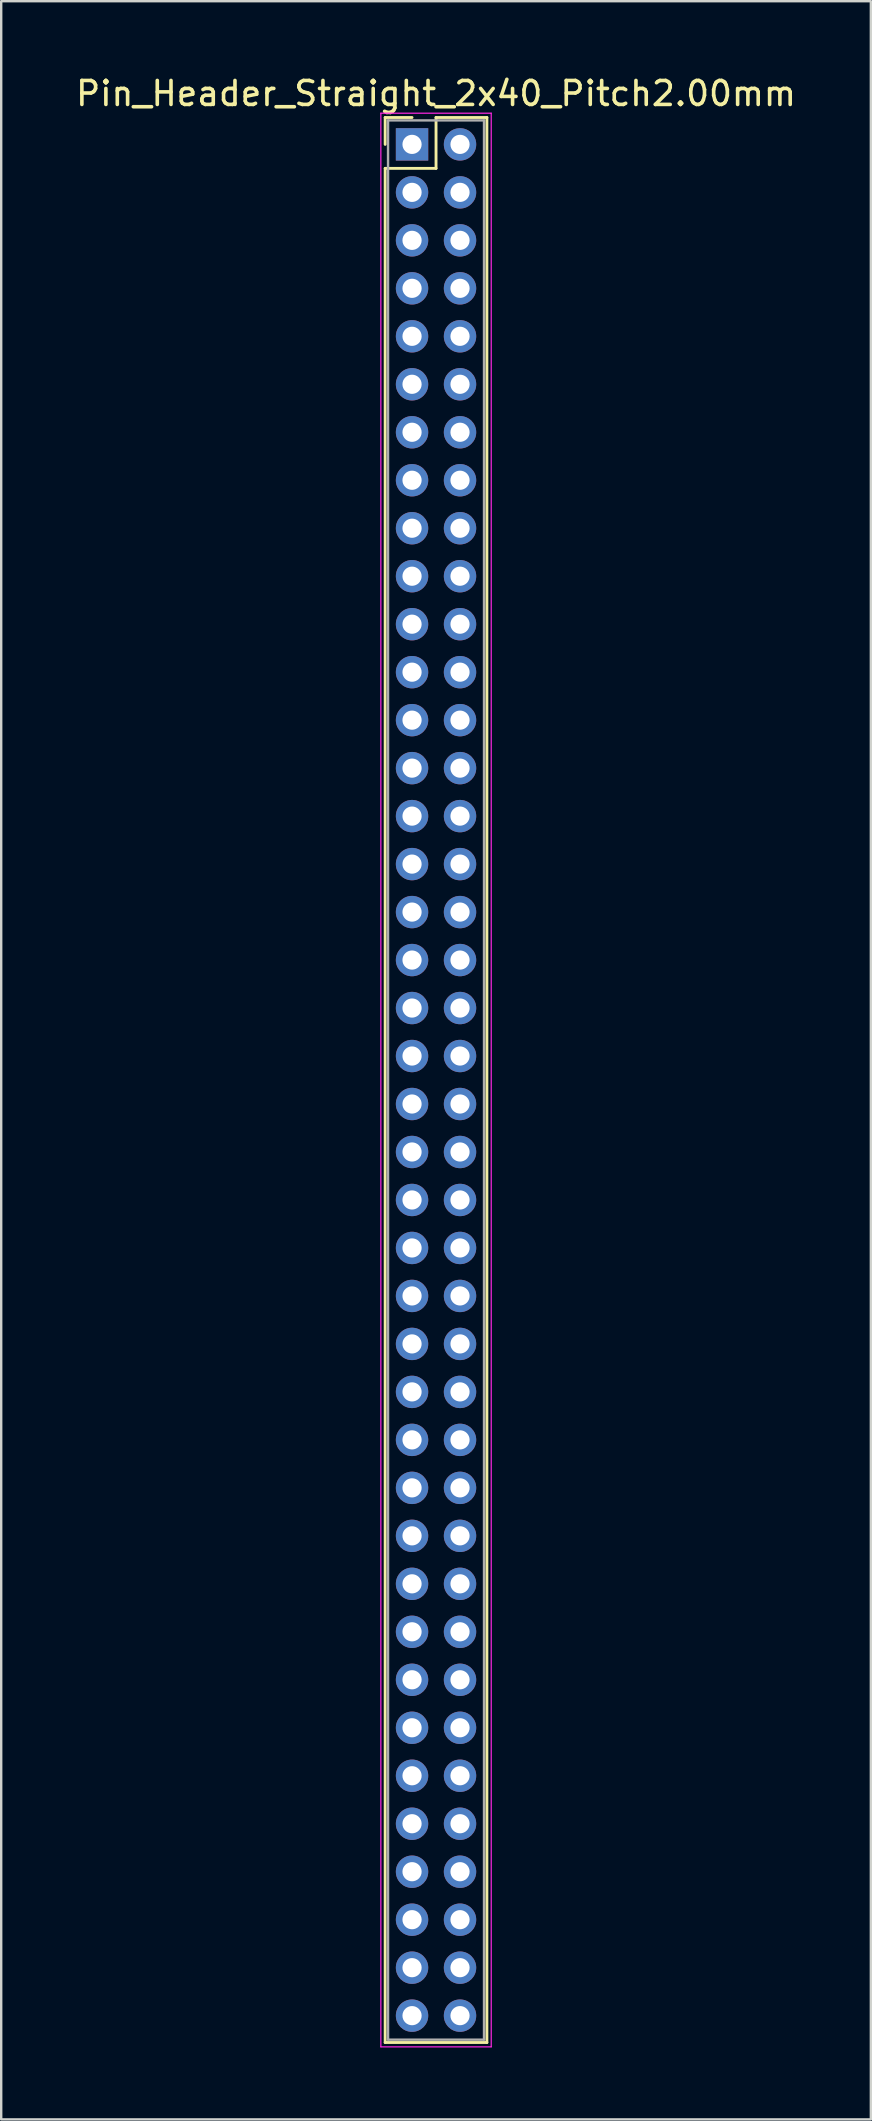
<source format=kicad_pcb>
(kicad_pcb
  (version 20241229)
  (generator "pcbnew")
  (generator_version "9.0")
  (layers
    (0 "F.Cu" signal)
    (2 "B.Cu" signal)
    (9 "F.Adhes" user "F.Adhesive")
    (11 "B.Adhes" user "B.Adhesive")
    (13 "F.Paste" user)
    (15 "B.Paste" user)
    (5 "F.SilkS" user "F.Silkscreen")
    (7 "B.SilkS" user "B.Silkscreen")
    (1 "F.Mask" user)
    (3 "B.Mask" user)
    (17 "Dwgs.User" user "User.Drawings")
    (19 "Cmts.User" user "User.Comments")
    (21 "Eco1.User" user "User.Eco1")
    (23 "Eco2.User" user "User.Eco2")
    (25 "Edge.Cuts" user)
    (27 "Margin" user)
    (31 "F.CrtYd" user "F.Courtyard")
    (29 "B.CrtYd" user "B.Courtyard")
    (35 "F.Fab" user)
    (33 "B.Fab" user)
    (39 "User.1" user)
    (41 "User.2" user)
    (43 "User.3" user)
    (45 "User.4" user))
  (footprint "Pin_Header_Straight_2x40_Pitch2.00mm"
    (layer "F.Cu")
    (at 14.125 2.968)
    (property "Reference" "Pin_Header_Straight_2x40_Pitch2.00mm" (at 1 -2.12 0) (layer "F.SilkS") (effects (font (size 1 1) (thickness 0.15))))
    (attr through_hole)
    (fp_line (start -1.12 -1.12) (end 0 -1.12) (stroke (width 0.12) (type solid)) (layer "F.SilkS"))
    (fp_line (start -1.12 0) (end -1.12 -1.12) (stroke (width 0.12) (type solid)) (layer "F.SilkS"))
    (fp_line (start -1.12 1) (end -1.12 79.12) (stroke (width 0.12) (type solid)) (layer "F.SilkS"))
    (fp_line (start -1.12 79.12) (end 3.12 79.12) (stroke (width 0.12) (type solid)) (layer "F.SilkS"))
    (fp_line (start 1 -1.12) (end 1 1) (stroke (width 0.12) (type solid)) (layer "F.SilkS"))
    (fp_line (start 1 1) (end -1.12 1) (stroke (width 0.12) (type solid)) (layer "F.SilkS"))
    (fp_line (start 3.12 -1.12) (end 1 -1.12) (stroke (width 0.12) (type solid)) (layer "F.SilkS"))
    (fp_line (start 3.12 79.12) (end 3.12 -1.12) (stroke (width 0.12) (type solid)) (layer "F.SilkS"))
    (fp_line (start -1.3 -1.3) (end -1.3 79.3) (stroke (width 0.05) (type solid)) (layer "F.CrtYd"))
    (fp_line (start -1.3 79.3) (end 3.3 79.3) (stroke (width 0.05) (type solid)) (layer "F.CrtYd"))
    (fp_line (start 3.3 -1.3) (end -1.3 -1.3) (stroke (width 0.05) (type solid)) (layer "F.CrtYd"))
    (fp_line (start 3.3 79.3) (end 3.3 -1.3) (stroke (width 0.05) (type solid)) (layer "F.CrtYd"))
    (fp_line (start -1 -1) (end -1 79) (stroke (width 0.1) (type solid)) (layer "F.Fab"))
    (fp_line (start -1 79) (end 3 79) (stroke (width 0.1) (type solid)) (layer "F.Fab"))
    (fp_line (start 3 -1) (end -1 -1) (stroke (width 0.1) (type solid)) (layer "F.Fab"))
    (fp_line (start 3 79) (end 3 -1) (stroke (width 0.1) (type solid)) (layer "F.Fab"))
    (pad "1" thru_hole rect (at 0 0) (size 1.35 1.35) (drill 0.8) (layers "*.Cu" "*.Mask"))
    (pad "2" thru_hole oval (at 2 0) (size 1.35 1.35) (drill 0.8) (layers "*.Cu" "*.Mask"))
    (pad "3" thru_hole oval (at 0 2) (size 1.35 1.35) (drill 0.8) (layers "*.Cu" "*.Mask"))
    (pad "4" thru_hole oval (at 2 2) (size 1.35 1.35) (drill 0.8) (layers "*.Cu" "*.Mask"))
    (pad "5" thru_hole oval (at 0 4) (size 1.35 1.35) (drill 0.8) (layers "*.Cu" "*.Mask"))
    (pad "6" thru_hole oval (at 2 4) (size 1.35 1.35) (drill 0.8) (layers "*.Cu" "*.Mask"))
    (pad "7" thru_hole oval (at 0 6) (size 1.35 1.35) (drill 0.8) (layers "*.Cu" "*.Mask"))
    (pad "8" thru_hole oval (at 2 6) (size 1.35 1.35) (drill 0.8) (layers "*.Cu" "*.Mask"))
    (pad "9" thru_hole oval (at 0 8) (size 1.35 1.35) (drill 0.8) (layers "*.Cu" "*.Mask"))
    (pad "10" thru_hole oval (at 2 8) (size 1.35 1.35) (drill 0.8) (layers "*.Cu" "*.Mask"))
    (pad "11" thru_hole oval (at 0 10) (size 1.35 1.35) (drill 0.8) (layers "*.Cu" "*.Mask"))
    (pad "12" thru_hole oval (at 2 10) (size 1.35 1.35) (drill 0.8) (layers "*.Cu" "*.Mask"))
    (pad "13" thru_hole oval (at 0 12) (size 1.35 1.35) (drill 0.8) (layers "*.Cu" "*.Mask"))
    (pad "14" thru_hole oval (at 2 12) (size 1.35 1.35) (drill 0.8) (layers "*.Cu" "*.Mask"))
    (pad "15" thru_hole oval (at 0 14) (size 1.35 1.35) (drill 0.8) (layers "*.Cu" "*.Mask"))
    (pad "16" thru_hole oval (at 2 14) (size 1.35 1.35) (drill 0.8) (layers "*.Cu" "*.Mask"))
    (pad "17" thru_hole oval (at 0 16) (size 1.35 1.35) (drill 0.8) (layers "*.Cu" "*.Mask"))
    (pad "18" thru_hole oval (at 2 16) (size 1.35 1.35) (drill 0.8) (layers "*.Cu" "*.Mask"))
    (pad "19" thru_hole oval (at 0 18) (size 1.35 1.35) (drill 0.8) (layers "*.Cu" "*.Mask"))
    (pad "20" thru_hole oval (at 2 18) (size 1.35 1.35) (drill 0.8) (layers "*.Cu" "*.Mask"))
    (pad "21" thru_hole oval (at 0 20) (size 1.35 1.35) (drill 0.8) (layers "*.Cu" "*.Mask"))
    (pad "22" thru_hole oval (at 2 20) (size 1.35 1.35) (drill 0.8) (layers "*.Cu" "*.Mask"))
    (pad "23" thru_hole oval (at 0 22) (size 1.35 1.35) (drill 0.8) (layers "*.Cu" "*.Mask"))
    (pad "24" thru_hole oval (at 2 22) (size 1.35 1.35) (drill 0.8) (layers "*.Cu" "*.Mask"))
    (pad "25" thru_hole oval (at 0 24) (size 1.35 1.35) (drill 0.8) (layers "*.Cu" "*.Mask"))
    (pad "26" thru_hole oval (at 2 24) (size 1.35 1.35) (drill 0.8) (layers "*.Cu" "*.Mask"))
    (pad "27" thru_hole oval (at 0 26) (size 1.35 1.35) (drill 0.8) (layers "*.Cu" "*.Mask"))
    (pad "28" thru_hole oval (at 2 26) (size 1.35 1.35) (drill 0.8) (layers "*.Cu" "*.Mask"))
    (pad "29" thru_hole oval (at 0 28) (size 1.35 1.35) (drill 0.8) (layers "*.Cu" "*.Mask"))
    (pad "30" thru_hole oval (at 2 28) (size 1.35 1.35) (drill 0.8) (layers "*.Cu" "*.Mask"))
    (pad "31" thru_hole oval (at 0 30) (size 1.35 1.35) (drill 0.8) (layers "*.Cu" "*.Mask"))
    (pad "32" thru_hole oval (at 2 30) (size 1.35 1.35) (drill 0.8) (layers "*.Cu" "*.Mask"))
    (pad "33" thru_hole oval (at 0 32) (size 1.35 1.35) (drill 0.8) (layers "*.Cu" "*.Mask"))
    (pad "34" thru_hole oval (at 2 32) (size 1.35 1.35) (drill 0.8) (layers "*.Cu" "*.Mask"))
    (pad "35" thru_hole oval (at 0 34) (size 1.35 1.35) (drill 0.8) (layers "*.Cu" "*.Mask"))
    (pad "36" thru_hole oval (at 2 34) (size 1.35 1.35) (drill 0.8) (layers "*.Cu" "*.Mask"))
    (pad "37" thru_hole oval (at 0 36) (size 1.35 1.35) (drill 0.8) (layers "*.Cu" "*.Mask"))
    (pad "38" thru_hole oval (at 2 36) (size 1.35 1.35) (drill 0.8) (layers "*.Cu" "*.Mask"))
    (pad "39" thru_hole oval (at 0 38) (size 1.35 1.35) (drill 0.8) (layers "*.Cu" "*.Mask"))
    (pad "40" thru_hole oval (at 2 38) (size 1.35 1.35) (drill 0.8) (layers "*.Cu" "*.Mask"))
    (pad "41" thru_hole oval (at 0 40) (size 1.35 1.35) (drill 0.8) (layers "*.Cu" "*.Mask"))
    (pad "42" thru_hole oval (at 2 40) (size 1.35 1.35) (drill 0.8) (layers "*.Cu" "*.Mask"))
    (pad "43" thru_hole oval (at 0 42) (size 1.35 1.35) (drill 0.8) (layers "*.Cu" "*.Mask"))
    (pad "44" thru_hole oval (at 2 42) (size 1.35 1.35) (drill 0.8) (layers "*.Cu" "*.Mask"))
    (pad "45" thru_hole oval (at 0 44) (size 1.35 1.35) (drill 0.8) (layers "*.Cu" "*.Mask"))
    (pad "46" thru_hole oval (at 2 44) (size 1.35 1.35) (drill 0.8) (layers "*.Cu" "*.Mask"))
    (pad "47" thru_hole oval (at 0 46) (size 1.35 1.35) (drill 0.8) (layers "*.Cu" "*.Mask"))
    (pad "48" thru_hole oval (at 2 46) (size 1.35 1.35) (drill 0.8) (layers "*.Cu" "*.Mask"))
    (pad "49" thru_hole oval (at 0 48) (size 1.35 1.35) (drill 0.8) (layers "*.Cu" "*.Mask"))
    (pad "50" thru_hole oval (at 2 48) (size 1.35 1.35) (drill 0.8) (layers "*.Cu" "*.Mask"))
    (pad "51" thru_hole oval (at 0 50) (size 1.35 1.35) (drill 0.8) (layers "*.Cu" "*.Mask"))
    (pad "52" thru_hole oval (at 2 50) (size 1.35 1.35) (drill 0.8) (layers "*.Cu" "*.Mask"))
    (pad "53" thru_hole oval (at 0 52) (size 1.35 1.35) (drill 0.8) (layers "*.Cu" "*.Mask"))
    (pad "54" thru_hole oval (at 2 52) (size 1.35 1.35) (drill 0.8) (layers "*.Cu" "*.Mask"))
    (pad "55" thru_hole oval (at 0 54) (size 1.35 1.35) (drill 0.8) (layers "*.Cu" "*.Mask"))
    (pad "56" thru_hole oval (at 2 54) (size 1.35 1.35) (drill 0.8) (layers "*.Cu" "*.Mask"))
    (pad "57" thru_hole oval (at 0 56) (size 1.35 1.35) (drill 0.8) (layers "*.Cu" "*.Mask"))
    (pad "58" thru_hole oval (at 2 56) (size 1.35 1.35) (drill 0.8) (layers "*.Cu" "*.Mask"))
    (pad "59" thru_hole oval (at 0 58) (size 1.35 1.35) (drill 0.8) (layers "*.Cu" "*.Mask"))
    (pad "60" thru_hole oval (at 2 58) (size 1.35 1.35) (drill 0.8) (layers "*.Cu" "*.Mask"))
    (pad "61" thru_hole oval (at 0 60) (size 1.35 1.35) (drill 0.8) (layers "*.Cu" "*.Mask"))
    (pad "62" thru_hole oval (at 2 60) (size 1.35 1.35) (drill 0.8) (layers "*.Cu" "*.Mask"))
    (pad "63" thru_hole oval (at 0 62) (size 1.35 1.35) (drill 0.8) (layers "*.Cu" "*.Mask"))
    (pad "64" thru_hole oval (at 2 62) (size 1.35 1.35) (drill 0.8) (layers "*.Cu" "*.Mask"))
    (pad "65" thru_hole oval (at 0 64) (size 1.35 1.35) (drill 0.8) (layers "*.Cu" "*.Mask"))
    (pad "66" thru_hole oval (at 2 64) (size 1.35 1.35) (drill 0.8) (layers "*.Cu" "*.Mask"))
    (pad "67" thru_hole oval (at 0 66) (size 1.35 1.35) (drill 0.8) (layers "*.Cu" "*.Mask"))
    (pad "68" thru_hole oval (at 2 66) (size 1.35 1.35) (drill 0.8) (layers "*.Cu" "*.Mask"))
    (pad "69" thru_hole oval (at 0 68) (size 1.35 1.35) (drill 0.8) (layers "*.Cu" "*.Mask"))
    (pad "70" thru_hole oval (at 2 68) (size 1.35 1.35) (drill 0.8) (layers "*.Cu" "*.Mask"))
    (pad "71" thru_hole oval (at 0 70) (size 1.35 1.35) (drill 0.8) (layers "*.Cu" "*.Mask"))
    (pad "72" thru_hole oval (at 2 70) (size 1.35 1.35) (drill 0.8) (layers "*.Cu" "*.Mask"))
    (pad "73" thru_hole oval (at 0 72) (size 1.35 1.35) (drill 0.8) (layers "*.Cu" "*.Mask"))
    (pad "74" thru_hole oval (at 2 72) (size 1.35 1.35) (drill 0.8) (layers "*.Cu" "*.Mask"))
    (pad "75" thru_hole oval (at 0 74) (size 1.35 1.35) (drill 0.8) (layers "*.Cu" "*.Mask"))
    (pad "76" thru_hole oval (at 2 74) (size 1.35 1.35) (drill 0.8) (layers "*.Cu" "*.Mask"))
    (pad "77" thru_hole oval (at 0 76) (size 1.35 1.35) (drill 0.8) (layers "*.Cu" "*.Mask"))
    (pad "78" thru_hole oval (at 2 76) (size 1.35 1.35) (drill 0.8) (layers "*.Cu" "*.Mask"))
    (pad "79" thru_hole oval (at 0 78) (size 1.35 1.35) (drill 0.8) (layers "*.Cu" "*.Mask"))
    (pad "80" thru_hole oval (at 2 78) (size 1.35 1.35) (drill 0.8) (layers "*.Cu" "*.Mask")))
  (gr_rect
    (start -3 -3)
    (end 33.25 85.293)
    (stroke (width 0.1) (type default))
    (fill no)
    (layer "Edge.Cuts")))
</source>
